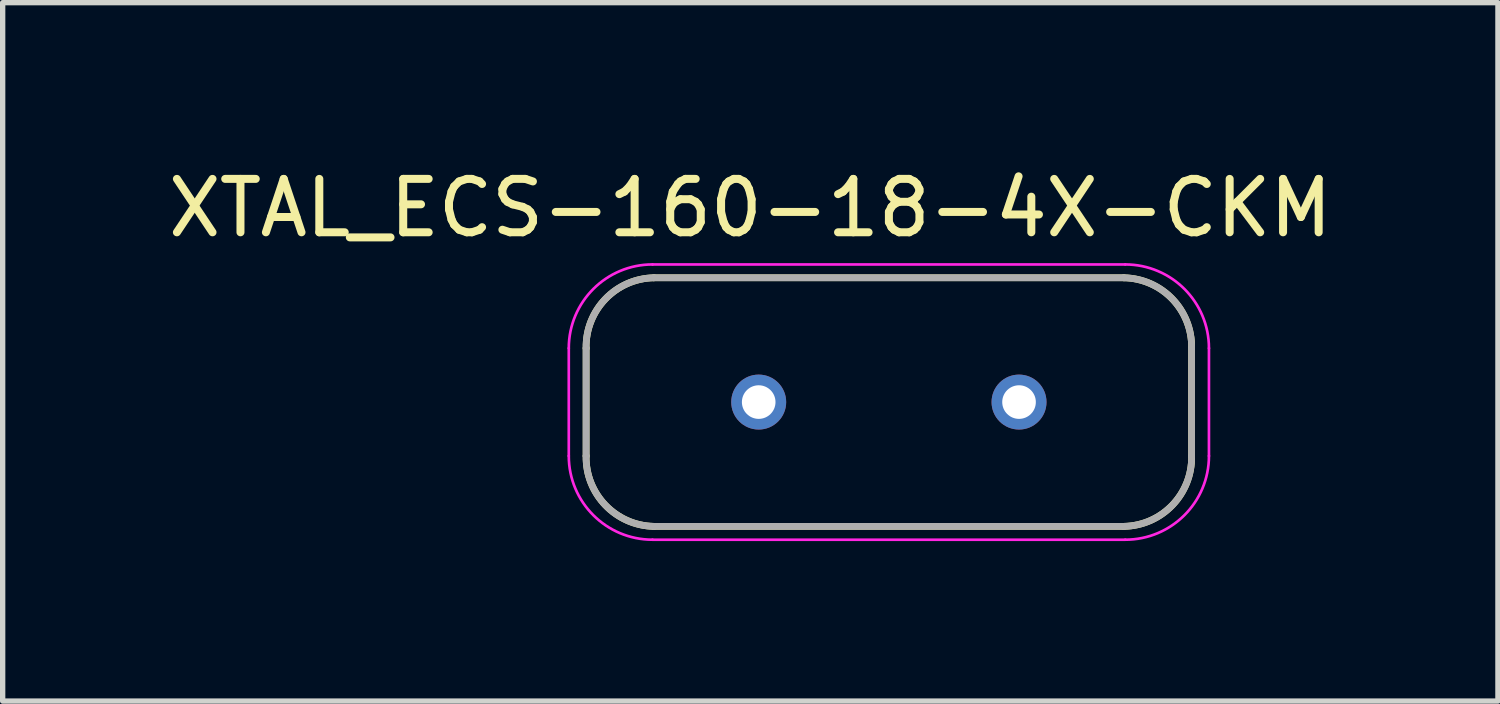
<source format=kicad_pcb>
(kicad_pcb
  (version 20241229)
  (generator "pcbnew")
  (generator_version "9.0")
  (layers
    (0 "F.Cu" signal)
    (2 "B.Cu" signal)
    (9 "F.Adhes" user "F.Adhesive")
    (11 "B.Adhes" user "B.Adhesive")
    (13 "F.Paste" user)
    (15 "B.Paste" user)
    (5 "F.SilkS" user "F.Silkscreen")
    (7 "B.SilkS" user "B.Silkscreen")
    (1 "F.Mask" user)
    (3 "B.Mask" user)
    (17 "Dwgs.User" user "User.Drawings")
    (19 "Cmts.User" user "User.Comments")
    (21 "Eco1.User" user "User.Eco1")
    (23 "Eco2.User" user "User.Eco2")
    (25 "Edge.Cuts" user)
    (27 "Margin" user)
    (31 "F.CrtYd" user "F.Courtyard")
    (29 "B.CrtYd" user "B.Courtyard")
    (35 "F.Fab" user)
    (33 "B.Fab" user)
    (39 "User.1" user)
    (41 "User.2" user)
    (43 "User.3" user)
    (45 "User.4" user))
  (footprint "XTAL_ECS-160-18-4X-CKM"
    (layer "F.Cu")
    (at 13.612 4.487)
    (property "Reference" "XTAL_ECS-160-18-4X-CKM" (at -2.597 -3.638 0) (layer "F.SilkS") (effects (font (size 1.001 1.001) (thickness 0.15))))
    (attr through_hole)
    (fp_line (start -5.675 1.01) (end -5.675 -1.01) (stroke (width 0.127) (type solid)) (layer "F.SilkS"))
    (fp_line (start -4.405 -2.33) (end 4.405 -2.33) (stroke (width 0.127) (type solid)) (layer "F.SilkS"))
    (fp_line (start 4.405 2.33) (end -4.405 2.33) (stroke (width 0.127) (type solid)) (layer "F.SilkS"))
    (fp_line (start 5.675 -1.01) (end 5.675 1.01) (stroke (width 0.127) (type solid)) (layer "F.SilkS"))
    (fp_arc (start -5.675 -1.01) (mid -5.313381 -1.933026) (end -4.405 -2.33) (stroke (width 0.127) (type solid)) (layer "F.SilkS"))
    (fp_arc (start -4.405 2.33) (mid -5.313381 1.933026) (end -5.675 1.01) (stroke (width 0.127) (type solid)) (layer "F.SilkS"))
    (fp_arc (start 4.405 -2.33) (mid 5.313381 -1.933026) (end 5.675 -1.01) (stroke (width 0.127) (type solid)) (layer "F.SilkS"))
    (fp_arc (start 5.675 1.01) (mid 5.313381 1.933026) (end 4.405 2.33) (stroke (width 0.127) (type solid)) (layer "F.SilkS"))
    (fp_line (start -6 1.01) (end -6 -1.01) (stroke (width 0.05) (type solid)) (layer "F.CrtYd"))
    (fp_line (start -4.43 -2.58) (end 4.43 -2.58) (stroke (width 0.05) (type solid)) (layer "F.CrtYd"))
    (fp_line (start 4.43 2.58) (end -4.43 2.58) (stroke (width 0.05) (type solid)) (layer "F.CrtYd"))
    (fp_line (start 6 -1.01) (end 6 1.01) (stroke (width 0.05) (type solid)) (layer "F.CrtYd"))
    (fp_arc (start -6 -1.01) (mid -5.540158 -2.120158) (end -4.43 -2.58) (stroke (width 0.05) (type solid)) (layer "F.CrtYd"))
    (fp_arc (start -4.43 2.58) (mid -5.540158 2.120158) (end -6 1.01) (stroke (width 0.05) (type solid)) (layer "F.CrtYd"))
    (fp_arc (start 4.43 -2.58) (mid 5.540158 -2.120158) (end 6 -1.01) (stroke (width 0.05) (type solid)) (layer "F.CrtYd"))
    (fp_arc (start 6 1.01) (mid 5.540158 2.120158) (end 4.43 2.58) (stroke (width 0.05) (type solid)) (layer "F.CrtYd"))
    (fp_line (start -5.675 1.01) (end -5.675 -1.01) (stroke (width 0.127) (type solid)) (layer "F.Fab"))
    (fp_line (start -4.405 -2.33) (end 4.405 -2.33) (stroke (width 0.127) (type solid)) (layer "F.Fab"))
    (fp_line (start 4.405 2.33) (end -4.405 2.33) (stroke (width 0.127) (type solid)) (layer "F.Fab"))
    (fp_line (start 5.675 -1.01) (end 5.675 1.01) (stroke (width 0.127) (type solid)) (layer "F.Fab"))
    (fp_arc (start -5.675 -1.01) (mid -5.313381 -1.933026) (end -4.405 -2.33) (stroke (width 0.127) (type solid)) (layer "F.Fab"))
    (fp_arc (start -4.405 2.33) (mid -5.313381 1.933026) (end -5.675 1.01) (stroke (width 0.127) (type solid)) (layer "F.Fab"))
    (fp_arc (start 4.405 -2.33) (mid 5.313381 -1.933026) (end 5.675 -1.01) (stroke (width 0.127) (type solid)) (layer "F.Fab"))
    (fp_arc (start 5.675 1.01) (mid 5.313381 1.933026) (end 4.405 2.33) (stroke (width 0.127) (type solid)) (layer "F.Fab"))
    (pad "1" thru_hole circle (at -2.44 0) (size 1.03 1.03) (drill 0.63) (layers "*.Cu" "*.Mask"))
    (pad "2" thru_hole circle (at 2.44 0) (size 1.03 1.03) (drill 0.63) (layers "*.Cu" "*.Mask")))
  (gr_rect
    (start -3 -3)
    (end 25.029 10.092)
    (stroke (width 0.1) (type default))
    (fill no)
    (layer "Edge.Cuts")))
</source>
